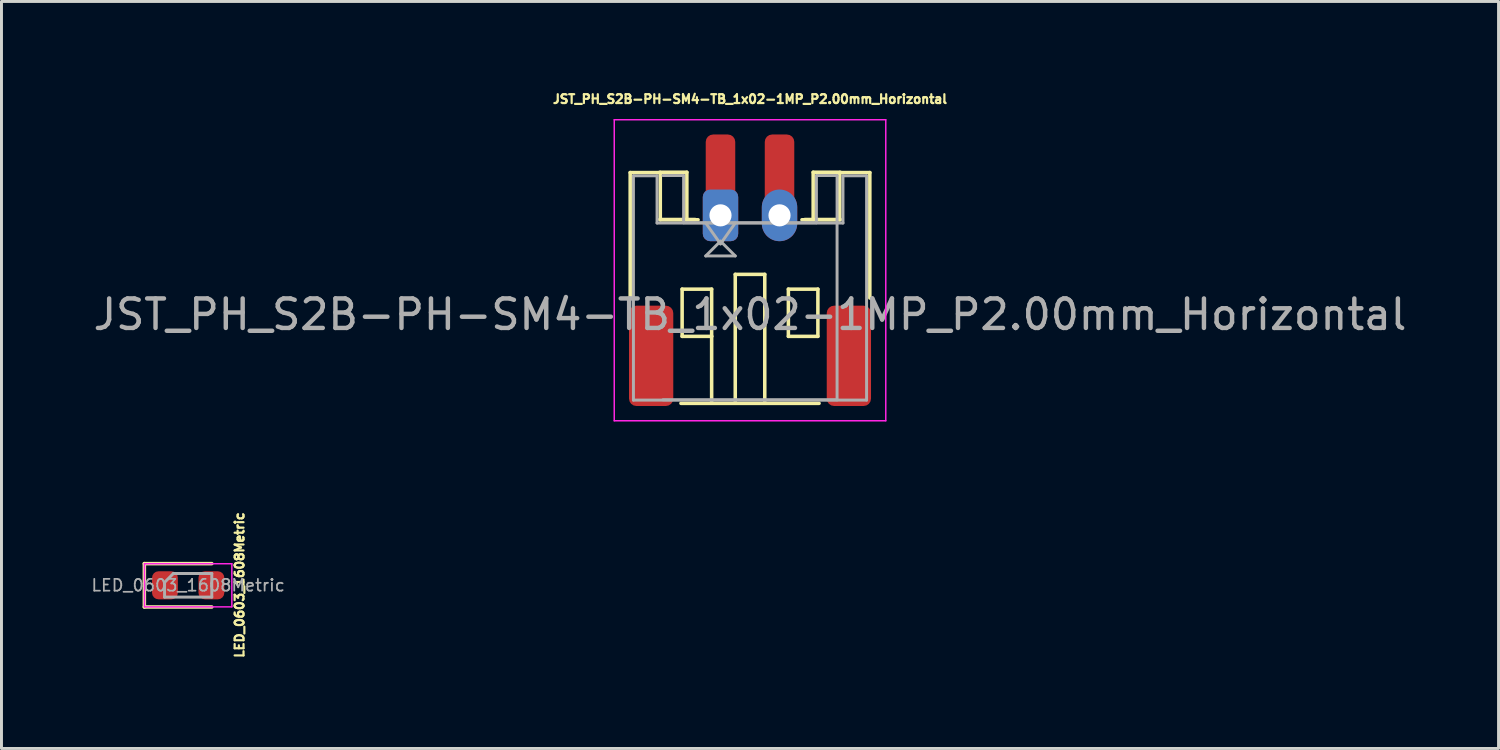
<source format=kicad_pcb>
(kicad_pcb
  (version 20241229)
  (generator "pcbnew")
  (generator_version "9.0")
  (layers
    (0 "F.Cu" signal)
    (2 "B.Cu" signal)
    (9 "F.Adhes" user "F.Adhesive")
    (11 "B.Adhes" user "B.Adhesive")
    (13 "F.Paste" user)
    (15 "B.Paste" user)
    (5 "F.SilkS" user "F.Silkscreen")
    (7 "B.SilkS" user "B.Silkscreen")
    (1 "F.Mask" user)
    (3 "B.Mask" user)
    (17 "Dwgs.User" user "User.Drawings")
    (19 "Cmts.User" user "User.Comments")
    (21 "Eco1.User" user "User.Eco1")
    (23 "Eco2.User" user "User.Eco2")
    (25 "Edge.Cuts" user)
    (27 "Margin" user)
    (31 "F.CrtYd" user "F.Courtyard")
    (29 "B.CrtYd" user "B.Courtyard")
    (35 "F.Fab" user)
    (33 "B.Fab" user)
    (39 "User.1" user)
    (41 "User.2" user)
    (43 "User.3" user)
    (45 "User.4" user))
  (footprint "LED_0603_1608Metric"
    (layer "F.Cu")
    (at 3.326 16.782)
    (property "Reference" "LED_0603_1608Metric" (at 1.74 -0.01 270) (layer "F.SilkS") (effects (font (size 0.3 0.3) (thickness 0.15))))
    (attr smd)
    (fp_line (start -1.485 -0.735) (end -1.485 0.735) (stroke (width 0.12) (type solid)) (layer "F.SilkS"))
    (fp_line (start -1.485 0.735) (end 0.8 0.735) (stroke (width 0.12) (type solid)) (layer "F.SilkS"))
    (fp_line (start 0.8 -0.735) (end -1.485 -0.735) (stroke (width 0.12) (type solid)) (layer "F.SilkS"))
    (fp_line (start -1.48 -0.73) (end 1.48 -0.73) (stroke (width 0.05) (type solid)) (layer "F.CrtYd"))
    (fp_line (start -1.48 0.73) (end -1.48 -0.73) (stroke (width 0.05) (type solid)) (layer "F.CrtYd"))
    (fp_line (start 1.48 -0.73) (end 1.48 0.73) (stroke (width 0.05) (type solid)) (layer "F.CrtYd"))
    (fp_line (start 1.48 0.73) (end -1.48 0.73) (stroke (width 0.05) (type solid)) (layer "F.CrtYd"))
    (fp_line (start -0.8 -0.1) (end -0.8 0.4) (stroke (width 0.1) (type solid)) (layer "F.Fab"))
    (fp_line (start -0.8 0.4) (end 0.8 0.4) (stroke (width 0.1) (type solid)) (layer "F.Fab"))
    (fp_line (start -0.5 -0.4) (end -0.8 -0.1) (stroke (width 0.1) (type solid)) (layer "F.Fab"))
    (fp_line (start 0.8 -0.4) (end -0.5 -0.4) (stroke (width 0.1) (type solid)) (layer "F.Fab"))
    (fp_line (start 0.8 0.4) (end 0.8 -0.4) (stroke (width 0.1) (type solid)) (layer "F.Fab"))
    (fp_text user "${REFERENCE}" (at 0 0 180) (layer "F.Fab") (effects (font (size 0.4 0.4) (thickness 0.06))))
    (pad "1" smd roundrect (at -0.787 0 180) (size 0.875 0.95) (layers "F.Cu" "F.Mask" "F.Paste") (roundrect_rratio 0.25))
    (pad "2" smd roundrect (at 0.787 0 180) (size 0.875 0.95) (layers "F.Cu" "F.Mask" "F.Paste") (roundrect_rratio 0.25)))
  (footprint "JST_PH_S2B-PH-SM4-TB_1x02-1MP_P2.00mm_Horizontal"
    (layer "F.Cu")
    (at 22.363 6.107)
    (property "Reference" "JST_PH_S2B-PH-SM4-TB_1x02-1MP_P2.00mm_Horizontal" (at 0 -5.8 0) (layer "F.SilkS") (effects (font (size 0.3 0.3) (thickness 0.075))))
    (attr smd)
    (fp_line (start -4.06 -3.31) (end -3.04 -3.31) (stroke (width 0.12) (type solid)) (layer "F.SilkS"))
    (fp_line (start -4.06 0.94) (end -4.06 -3.31) (stroke (width 0.12) (type solid)) (layer "F.SilkS"))
    (fp_line (start -3.06 -1.72) (end -2.14 -1.72) (stroke (width 0.12) (type solid)) (layer "F.SilkS"))
    (fp_line (start -3.04 -3.31) (end -3.04 -1.71) (stroke (width 0.12) (type solid)) (layer "F.SilkS"))
    (fp_line (start -3.04 -1.71) (end -1.76 -1.71) (stroke (width 0.12) (type solid)) (layer "F.SilkS"))
    (fp_line (start -2.34 4.51) (end 2.34 4.51) (stroke (width 0.12) (type solid)) (layer "F.SilkS"))
    (fp_line (start -2.3 0.64) (end -2.3 2.24) (stroke (width 0.12) (type solid)) (layer "F.SilkS"))
    (fp_line (start -2.3 2.24) (end -1.3 2.24) (stroke (width 0.12) (type solid)) (layer "F.SilkS"))
    (fp_line (start -2.14 -3.32) (end -3.06 -3.32) (stroke (width 0.12) (type solid)) (layer "F.SilkS"))
    (fp_line (start -2.14 -1.72) (end -2.14 -3.32) (stroke (width 0.12) (type solid)) (layer "F.SilkS"))
    (fp_line (start -1.86 -1.72) (end -2.14 -1.72) (stroke (width 0.12) (type solid)) (layer "F.SilkS"))
    (fp_line (start -1.3 0.64) (end -2.3 0.64) (stroke (width 0.12) (type solid)) (layer "F.SilkS"))
    (fp_line (start -1.3 2.24) (end -1.3 0.64) (stroke (width 0.12) (type solid)) (layer "F.SilkS"))
    (fp_line (start -1.3 2.24) (end -1.3 4.5) (stroke (width 0.12) (type solid)) (layer "F.SilkS"))
    (fp_line (start -0.5 0.14) (end 0.5 0.14) (stroke (width 0.12) (type solid)) (layer "F.SilkS"))
    (fp_line (start -0.5 4.5) (end -0.5 0.14) (stroke (width 0.12) (type solid)) (layer "F.SilkS"))
    (fp_line (start 0.5 0.14) (end 0.5 4.5) (stroke (width 0.12) (type solid)) (layer "F.SilkS"))
    (fp_line (start 1.3 0.64) (end 2.3 0.64) (stroke (width 0.12) (type solid)) (layer "F.SilkS"))
    (fp_line (start 1.3 2.24) (end 1.3 0.64) (stroke (width 0.12) (type solid)) (layer "F.SilkS"))
    (fp_line (start 2.14 -3.32) (end 2.14 -1.72) (stroke (width 0.12) (type solid)) (layer "F.SilkS"))
    (fp_line (start 2.14 -1.72) (end 1.86 -1.72) (stroke (width 0.12) (type solid)) (layer "F.SilkS"))
    (fp_line (start 2.3 0.64) (end 2.3 2.24) (stroke (width 0.12) (type solid)) (layer "F.SilkS"))
    (fp_line (start 2.3 2.24) (end 1.3 2.24) (stroke (width 0.12) (type solid)) (layer "F.SilkS"))
    (fp_line (start 3.04 -3.31) (end 3.04 -1.71) (stroke (width 0.12) (type solid)) (layer "F.SilkS"))
    (fp_line (start 3.04 -1.71) (end 1.76 -1.71) (stroke (width 0.12) (type solid)) (layer "F.SilkS"))
    (fp_line (start 3.06 -3.32) (end 2.14 -3.32) (stroke (width 0.12) (type solid)) (layer "F.SilkS"))
    (fp_line (start 3.06 -1.72) (end 2.14 -1.72) (stroke (width 0.12) (type solid)) (layer "F.SilkS"))
    (fp_line (start 4.06 -3.31) (end 3.04 -3.31) (stroke (width 0.12) (type solid)) (layer "F.SilkS"))
    (fp_line (start 4.06 0.94) (end 4.06 -3.31) (stroke (width 0.12) (type solid)) (layer "F.SilkS"))
    (fp_line (start -4.6 -5.1) (end -4.6 5.1) (stroke (width 0.05) (type solid)) (layer "F.CrtYd"))
    (fp_line (start -4.6 5.1) (end 4.6 5.1) (stroke (width 0.05) (type solid)) (layer "F.CrtYd"))
    (fp_line (start 4.6 -5.1) (end -4.6 -5.1) (stroke (width 0.05) (type solid)) (layer "F.CrtYd"))
    (fp_line (start 4.6 5.1) (end 4.6 -5.1) (stroke (width 0.05) (type solid)) (layer "F.CrtYd"))
    (fp_line (start -3.95 -3.2) (end -3.95 4.4) (stroke (width 0.1) (type solid)) (layer "F.Fab"))
    (fp_line (start -3.95 -3.2) (end -3.15 -3.2) (stroke (width 0.1) (type solid)) (layer "F.Fab"))
    (fp_line (start -3.95 4.4) (end 3.95 4.4) (stroke (width 0.1) (type solid)) (layer "F.Fab"))
    (fp_line (start -3.15 -3.2) (end -3.15 -1.6) (stroke (width 0.1) (type solid)) (layer "F.Fab"))
    (fp_line (start -3.15 -1.6) (end 3.15 -1.6) (stroke (width 0.1) (type solid)) (layer "F.Fab"))
    (fp_line (start -2.95 4.39) (end 2.95 4.39) (stroke (width 0.1) (type solid)) (layer "F.Fab"))
    (fp_line (start -2.25 -3.21) (end -2.95 -3.21) (stroke (width 0.1) (type solid)) (layer "F.Fab"))
    (fp_line (start -2.25 -1.61) (end -2.25 -3.21) (stroke (width 0.1) (type solid)) (layer "F.Fab"))
    (fp_line (start -1.5 -1.6) (end -1 -0.893) (stroke (width 0.1) (type solid)) (layer "F.Fab"))
    (fp_line (start -1.5 -0.485) (end -0.5 -0.485) (stroke (width 0.1) (type solid)) (layer "F.Fab"))
    (fp_line (start -1 -0.985) (end -1.5 -0.485) (stroke (width 0.1) (type solid)) (layer "F.Fab"))
    (fp_line (start -1 -0.893) (end -0.5 -1.6) (stroke (width 0.1) (type solid)) (layer "F.Fab"))
    (fp_line (start -0.5 -0.485) (end -1 -0.985) (stroke (width 0.1) (type solid)) (layer "F.Fab"))
    (fp_line (start 2.25 -3.21) (end 2.25 -1.61) (stroke (width 0.1) (type solid)) (layer "F.Fab"))
    (fp_line (start 2.25 -1.61) (end -2.25 -1.61) (stroke (width 0.1) (type solid)) (layer "F.Fab"))
    (fp_line (start 2.95 -3.21) (end 2.25 -3.21) (stroke (width 0.1) (type solid)) (layer "F.Fab"))
    (fp_line (start 2.95 4.39) (end 2.95 -3.21) (stroke (width 0.1) (type solid)) (layer "F.Fab"))
    (fp_line (start 3.15 -3.2) (end 3.95 -3.2) (stroke (width 0.1) (type solid)) (layer "F.Fab"))
    (fp_line (start 3.15 -1.6) (end 3.15 -3.2) (stroke (width 0.1) (type solid)) (layer "F.Fab"))
    (fp_line (start 3.95 -3.2) (end 3.95 4.4) (stroke (width 0.1) (type solid)) (layer "F.Fab"))
    (fp_text user "${REFERENCE}" (at 0 1.5 0) (layer "F.Fab") (effects (font (size 1 1) (thickness 0.15))))
    (pad "1" smd roundrect (at -1 -2.85) (size 1 3.5) (layers "F.Cu" "F.Mask" "F.Paste") (roundrect_rratio 0.25))
    (pad "1" thru_hole roundrect (at -1 -1.86) (size 1.2 1.75) (drill 0.75) (layers "*.Cu" "*.Mask") (roundrect_rratio 0.208))
    (pad "2" smd roundrect (at 1 -2.85) (size 1 3.5) (layers "F.Cu" "F.Mask" "F.Paste") (roundrect_rratio 0.25))
    (pad "2" thru_hole oval (at 1 -1.86) (size 1.2 1.75) (drill 0.75) (layers "*.Cu" "*.Mask"))
    (pad "MP" smd roundrect (at -3.35 2.9) (size 1.5 3.4) (layers "F.Cu" "F.Mask" "F.Paste") (roundrect_rratio 0.167))
    (pad "MP" smd roundrect (at 3.35 2.9) (size 1.5 3.4) (layers "F.Cu" "F.Mask" "F.Paste") (roundrect_rratio 0.167)))
  (gr_rect
    (start -3 -3)
    (end 47.726 22.311)
    (stroke (width 0.1) (type default))
    (fill no)
    (layer "Edge.Cuts")))
</source>
